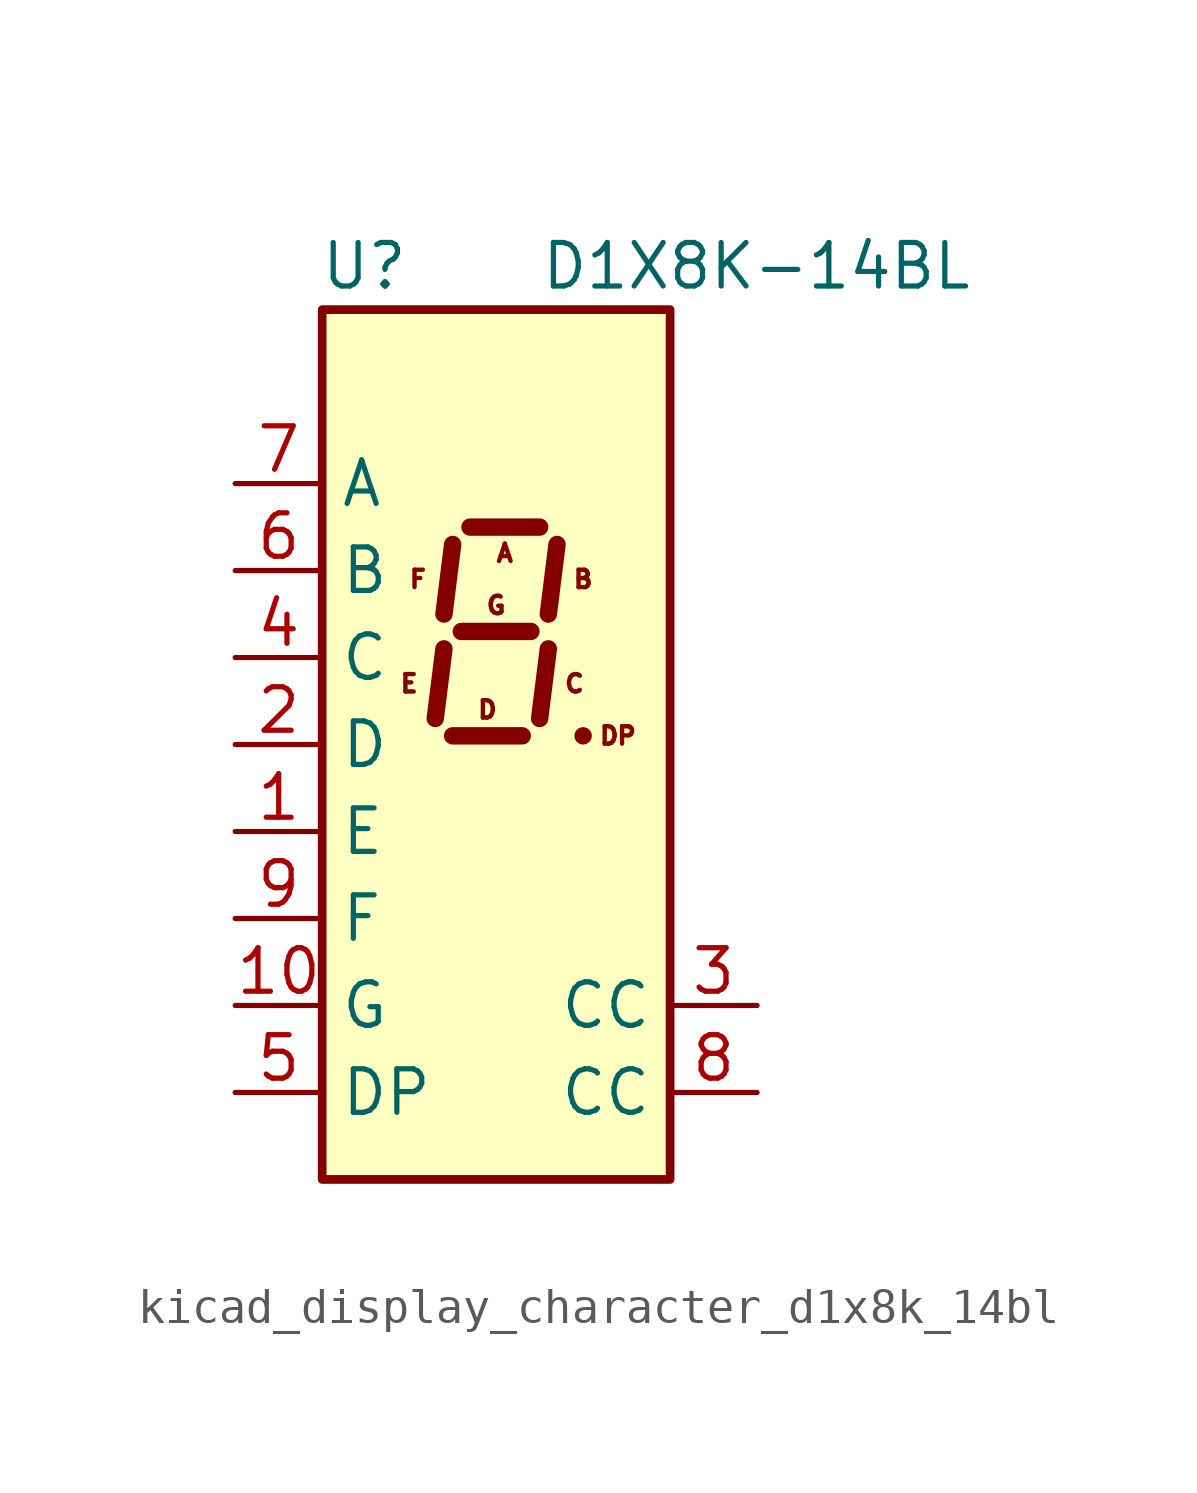
<source format=kicad_sym>
(kicad_symbol_lib
  (version 20220914)
  (generator kicad_symbol_editor)
  (symbol "kicad_display_character_d1x8k_14bl"
    (property "Reference" "U"
      (at -2.54 13.97 0)
      (effects (font (size 1.27 1.27)) (justify right)))
    (property "Value" "D1X8K-14BL"
      (at 1.27 13.97 0)
      (effects (font (size 1.27 1.27)) (justify left)))
    (symbol "kicad_display_character_d1x8k_14bl_0_0"
      (text "A" (at 0.254 5.588 0) (effects (font (size 0.508 0.508))))
      (text "B" (at 2.54 4.826 0) (effects (font (size 0.508 0.508))))
      (text "C" (at 2.286 1.778 0) (effects (font (size 0.508 0.508))))
      (text "D" (at -0.254 1.016 0) (effects (font (size 0.508 0.508))))
      (text "DP" (at 3.556 0.254 0) (effects (font (size 0.508 0.508))))
      (text "E" (at -2.54 1.778 0) (effects (font (size 0.508 0.508))))
      (text "F" (at -2.286 4.826 0) (effects (font (size 0.508 0.508))))
      (text "G" (at 0 4.064 0) (effects (font (size 0.508 0.508)))))
    (symbol "kicad_display_character_d1x8k_14bl_0_1"
      (rectangle (start -5.08 12.7) (end 5.08 -12.7) (stroke (width 0.254) (type default)) (fill (type background)))
      (polyline (pts (xy -1.524 2.794) (xy -1.778 0.762)) (stroke (width 0.508) (type default)) (fill (type none)))
      (polyline (pts (xy -1.27 0.254) (xy 0.762 0.254)) (stroke (width 0.508) (type default)) (fill (type none)))
      (polyline (pts (xy -1.27 5.842) (xy -1.524 3.81)) (stroke (width 0.508) (type default)) (fill (type none)))
      (polyline (pts (xy -1.016 3.302) (xy 1.016 3.302)) (stroke (width 0.508) (type default)) (fill (type none)))
      (polyline (pts (xy -0.762 6.35) (xy 1.27 6.35)) (stroke (width 0.508) (type default)) (fill (type none)))
      (polyline (pts (xy 1.524 2.794) (xy 1.27 0.762)) (stroke (width 0.508) (type default)) (fill (type none)))
      (polyline (pts (xy 1.778 5.842) (xy 1.524 3.81)) (stroke (width 0.508) (type default)) (fill (type none)))
      (polyline (pts (xy 2.54 0.254) (xy 2.54 0.254)) (stroke (width 0.508) (type default)) (fill (type none))))
    (symbol "kicad_display_character_d1x8k_14bl_1_1"
      (pin input line (at -7.62 -2.54 0) (length 2.54) (name "E" (effects (font (size 1.27 1.27)))) (number "1" (effects (font (size 1.27 1.27)))))
      (pin input line (at -7.62 -7.62 0) (length 2.54) (name "G" (effects (font (size 1.27 1.27)))) (number "10" (effects (font (size 1.27 1.27)))))
      (pin input line (at -7.62 0 0) (length 2.54) (name "D" (effects (font (size 1.27 1.27)))) (number "2" (effects (font (size 1.27 1.27)))))
      (pin input line (at 7.62 -7.62 180) (length 2.54) (name "CC" (effects (font (size 1.27 1.27)))) (number "3" (effects (font (size 1.27 1.27)))))
      (pin input line (at -7.62 2.54 0) (length 2.54) (name "C" (effects (font (size 1.27 1.27)))) (number "4" (effects (font (size 1.27 1.27)))))
      (pin input line (at -7.62 -10.16 0) (length 2.54) (name "DP" (effects (font (size 1.27 1.27)))) (number "5" (effects (font (size 1.27 1.27)))))
      (pin input line (at -7.62 5.08 0) (length 2.54) (name "B" (effects (font (size 1.27 1.27)))) (number "6" (effects (font (size 1.27 1.27)))))
      (pin input line (at -7.62 7.62 0) (length 2.54) (name "A" (effects (font (size 1.27 1.27)))) (number "7" (effects (font (size 1.27 1.27)))))
      (pin input line (at 7.62 -10.16 180) (length 2.54) (name "CC" (effects (font (size 1.27 1.27)))) (number "8" (effects (font (size 1.27 1.27)))))
      (pin input line (at -7.62 -5.08 0) (length 2.54) (name "F" (effects (font (size 1.27 1.27)))) (number "9" (effects (font (size 1.27 1.27))))))))
</source>
